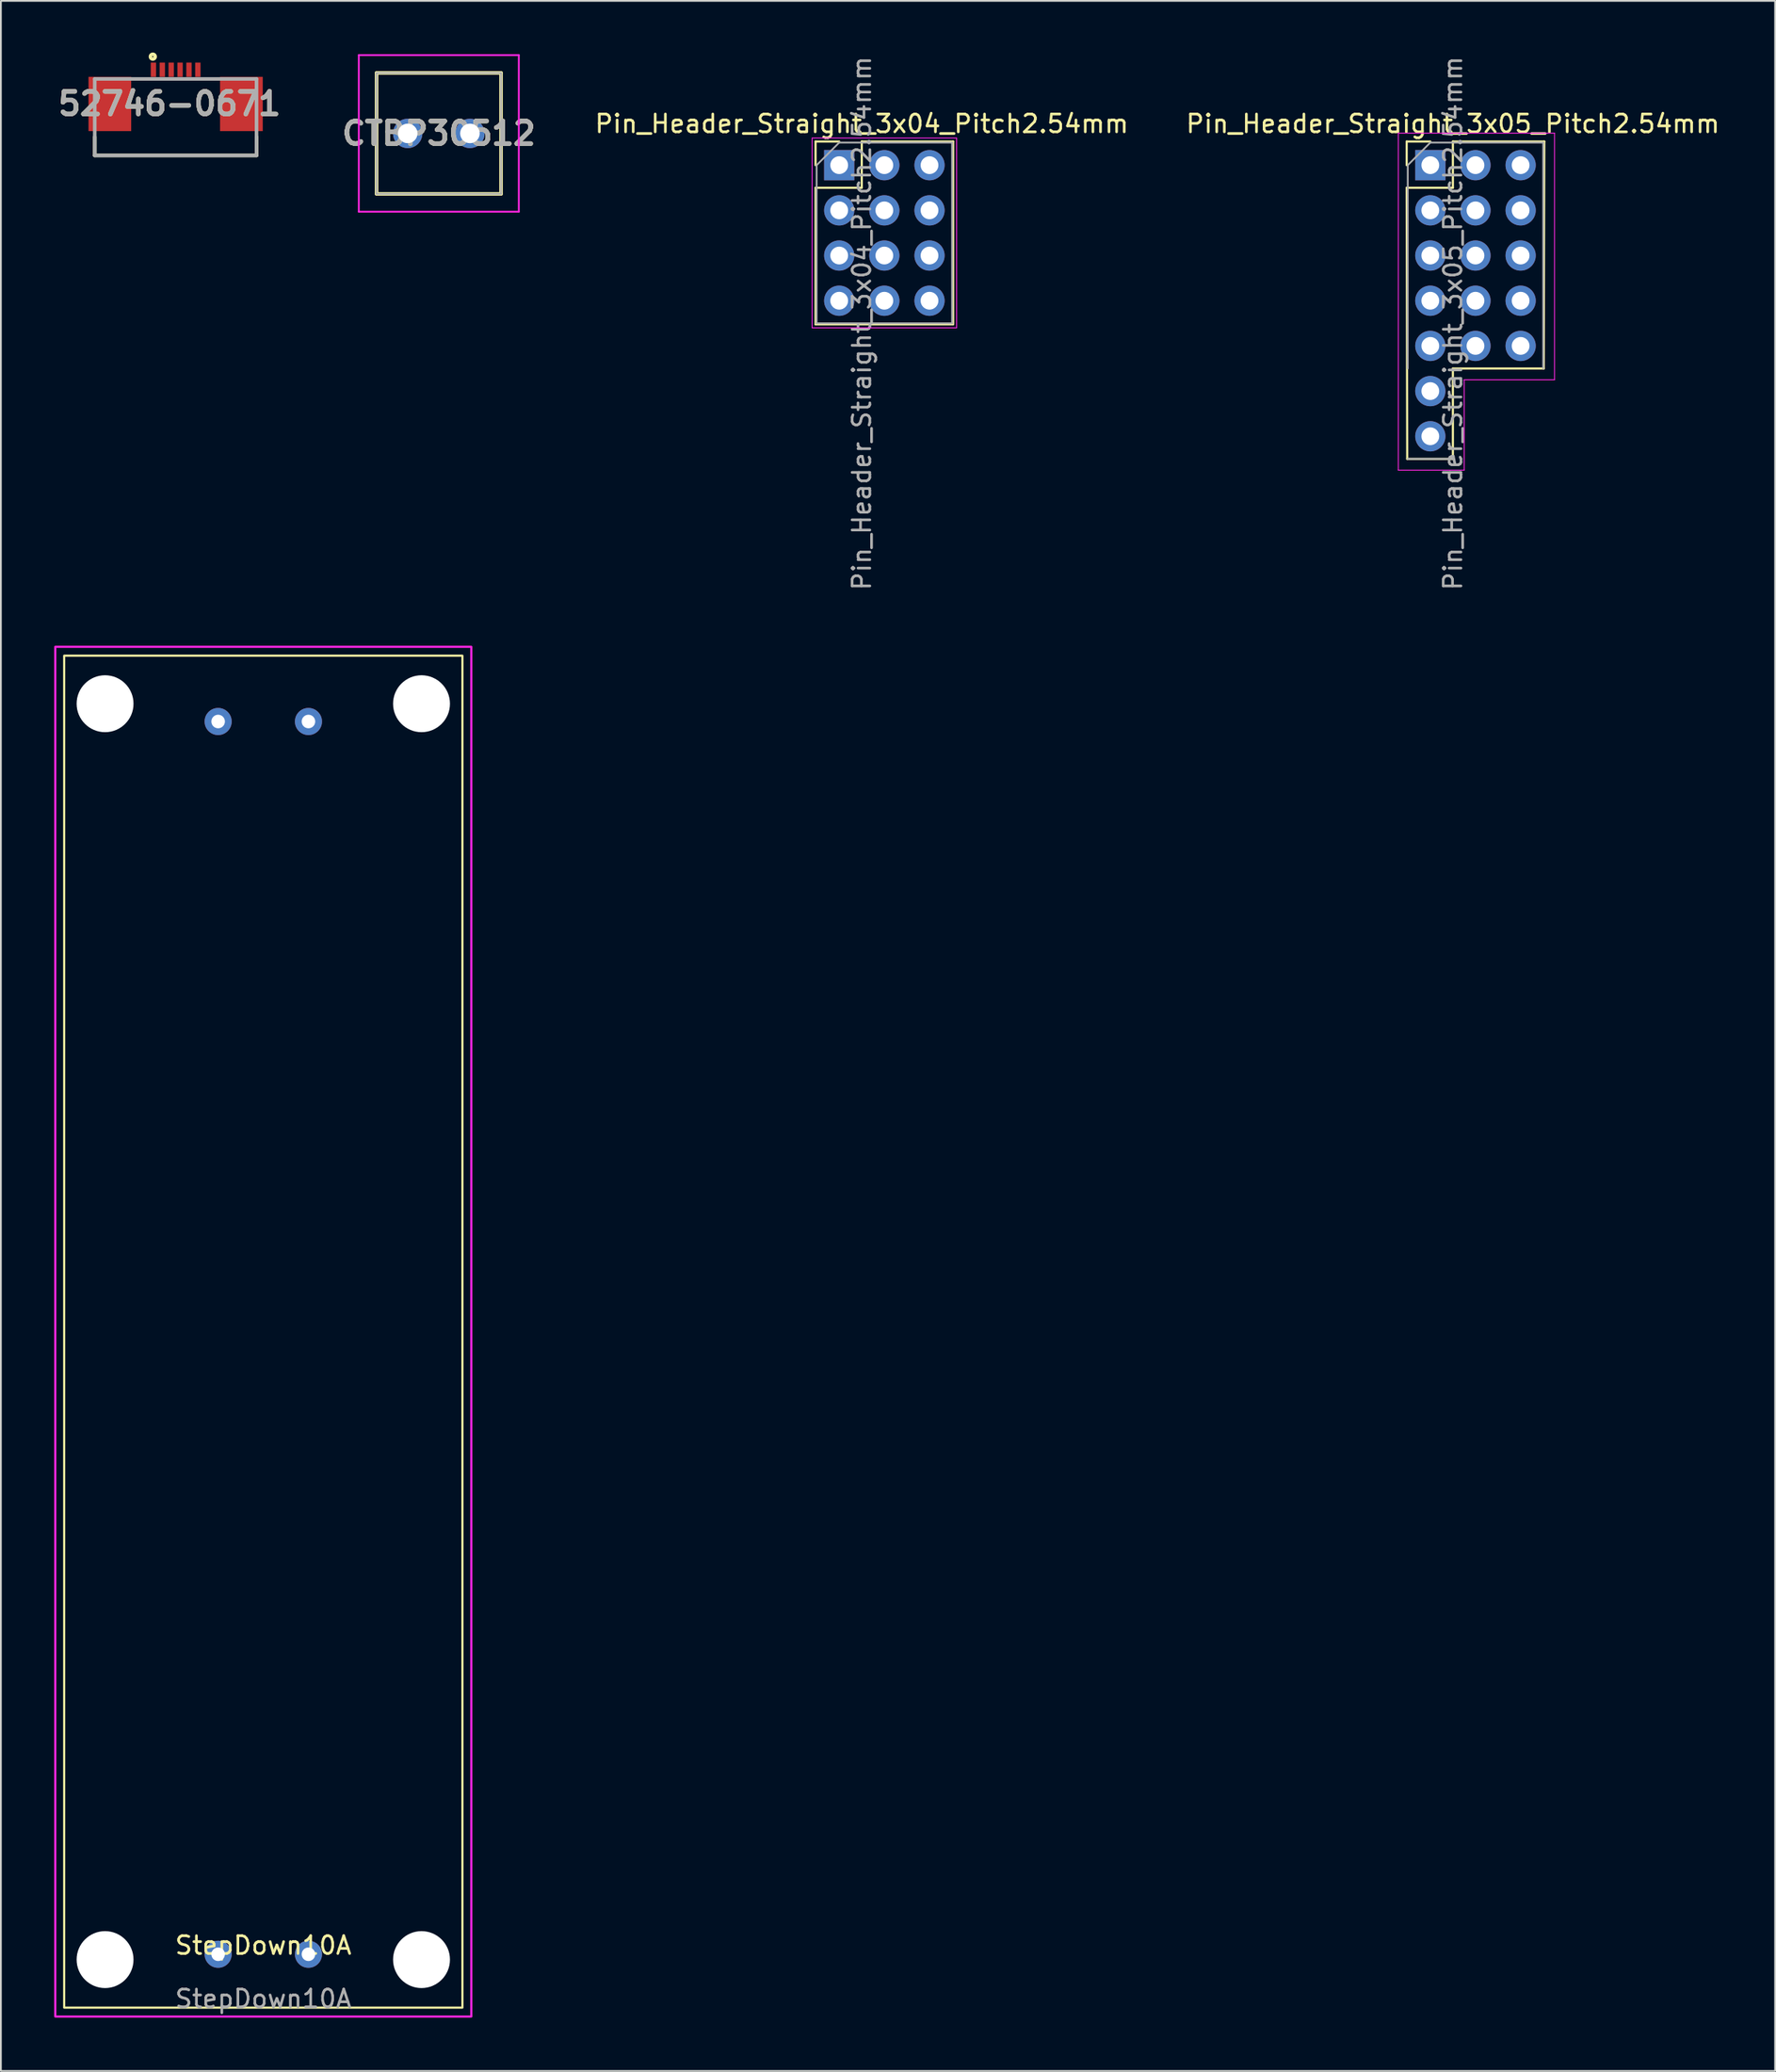
<source format=kicad_pcb>
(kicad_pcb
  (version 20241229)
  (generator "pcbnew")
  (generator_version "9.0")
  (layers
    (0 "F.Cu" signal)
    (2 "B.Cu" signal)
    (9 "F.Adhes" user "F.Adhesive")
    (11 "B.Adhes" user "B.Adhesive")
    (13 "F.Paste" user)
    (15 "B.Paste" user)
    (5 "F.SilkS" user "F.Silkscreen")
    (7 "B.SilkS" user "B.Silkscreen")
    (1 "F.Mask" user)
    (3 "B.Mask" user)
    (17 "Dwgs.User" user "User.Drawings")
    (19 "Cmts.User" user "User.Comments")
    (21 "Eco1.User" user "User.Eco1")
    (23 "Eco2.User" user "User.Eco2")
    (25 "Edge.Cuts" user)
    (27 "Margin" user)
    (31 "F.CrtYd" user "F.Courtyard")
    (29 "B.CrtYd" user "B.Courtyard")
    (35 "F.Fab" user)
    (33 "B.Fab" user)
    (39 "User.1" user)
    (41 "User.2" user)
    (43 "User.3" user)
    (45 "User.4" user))
  (footprint "StepDown10A"
    (layer "F.Cu")
    (at 11.76 106.81)
    (property "Reference" "StepDown10A" (at 0 -0.5 0) (unlocked yes) (layer "F.SilkS") (effects (font (size 1 1) (thickness 0.15))))
    (attr through_hole)
    (fp_rect (start -11.2 3) (end 11.2 -73) (stroke (width 0.12) (type solid)) (fill no) (layer "F.SilkS"))
    (fp_rect (start -11.7 3.5) (end 11.7 -73.5) (stroke (width 0.12) (type solid)) (fill no) (layer "F.CrtYd"))
    (fp_text user "${REFERENCE}" (at 0 2.5 0) (unlocked yes) (layer "F.Fab") (effects (font (size 1 1) (thickness 0.15))))
    (pad "" np_thru_hole circle (at -8.9 -70.3) (size 3.2 3.2) (drill 3.2) (layers "*.Cu" "*.Mask"))
    (pad "" np_thru_hole circle (at -8.9 0.3) (size 3.2 3.2) (drill 3.2) (layers "*.Cu" "*.Mask"))
    (pad "" np_thru_hole circle (at 8.9 -70.3) (size 3.2 3.2) (drill 3.2) (layers "*.Cu" "*.Mask"))
    (pad "" np_thru_hole circle (at 8.9 0.3) (size 3.2 3.2) (drill 3.2) (layers "*.Cu" "*.Mask"))
    (pad "1" thru_hole circle (at -2.54 0) (size 1.524 1.524) (drill 0.762) (layers "*.Cu" "*.Mask"))
    (pad "2" thru_hole circle (at 2.54 -69.3) (size 1.524 1.524) (drill 0.762) (layers "*.Cu" "*.Mask"))
    (pad "2" thru_hole circle (at 2.54 0) (size 1.524 1.524) (drill 0.762) (layers "*.Cu" "*.Mask"))
    (pad "3" thru_hole circle (at -2.54 -69.3) (size 1.524 1.524) (drill 0.762) (layers "*.Cu" "*.Mask")))
  (footprint "CTBP30512"
    (layer "F.Cu")
    (at 19.883 4.45)
    (property "Reference" "CTBP30512" (at 1.75 0 0) (layer "F.SilkS") (effects (font (size 1.27 1.27) (thickness 0.254))))
    (attr through_hole)
    (fp_line (start -1.75 -3.4) (end -1.75 3.4) (stroke (width 0.2) (type solid)) (layer "F.SilkS"))
    (fp_line (start -1.75 3.4) (end 5.25 3.4) (stroke (width 0.2) (type solid)) (layer "F.SilkS"))
    (fp_line (start 5.25 -3.4) (end -1.75 -3.4) (stroke (width 0.2) (type solid)) (layer "F.SilkS"))
    (fp_line (start 5.25 3.4) (end 5.25 -3.4) (stroke (width 0.2) (type solid)) (layer "F.SilkS"))
    (fp_line (start -2.75 -4.4) (end 6.25 -4.4) (stroke (width 0.1) (type solid)) (layer "F.CrtYd"))
    (fp_line (start -2.75 4.4) (end -2.75 -4.4) (stroke (width 0.1) (type solid)) (layer "F.CrtYd"))
    (fp_line (start 6.25 -4.4) (end 6.25 4.4) (stroke (width 0.1) (type solid)) (layer "F.CrtYd"))
    (fp_line (start 6.25 4.4) (end -2.75 4.4) (stroke (width 0.1) (type solid)) (layer "F.CrtYd"))
    (fp_line (start -1.75 -3.4) (end -1.75 3.4) (stroke (width 0.1) (type solid)) (layer "F.Fab"))
    (fp_line (start -1.75 3.4) (end 5.25 3.4) (stroke (width 0.1) (type solid)) (layer "F.Fab"))
    (fp_line (start 5.25 -3.4) (end -1.75 -3.4) (stroke (width 0.1) (type solid)) (layer "F.Fab"))
    (fp_line (start 5.25 3.4) (end 5.25 -3.4) (stroke (width 0.1) (type solid)) (layer "F.Fab"))
    (fp_text user "${REFERENCE}" (at 1.75 0 0) (layer "F.Fab") (effects (font (size 1.27 1.27) (thickness 0.254))))
    (pad "1" thru_hole circle (at 0 0) (size 1.65 1.65) (drill 1.1) (layers "*.Cu" "*.Mask"))
    (pad "2" thru_hole circle (at 3.5 0) (size 1.65 1.65) (drill 1.1) (layers "*.Cu" "*.Mask")))
  (footprint "Pin_Header_Straight_3x04_Pitch2.54mm"
    (layer "F.Cu")
    (at 44.154 6.235)
    (property "Reference" "Pin_Header_Straight_3x04_Pitch2.54mm" (at 1.27 -2.33 0) (layer "F.SilkS") (effects (font (size 1 1) (thickness 0.15))))
    (attr through_hole)
    (fp_line (start -1.33 -1.33) (end 0 -1.33) (stroke (width 0.12) (type solid)) (layer "F.SilkS"))
    (fp_line (start -1.33 0) (end -1.33 -1.33) (stroke (width 0.12) (type solid)) (layer "F.SilkS"))
    (fp_line (start -1.33 1.27) (end -1.33 8.95) (stroke (width 0.12) (type solid)) (layer "F.SilkS"))
    (fp_line (start -1.33 1.27) (end 1.27 1.27) (stroke (width 0.12) (type solid)) (layer "F.SilkS"))
    (fp_line (start -1.33 8.95) (end 6.39 8.95) (stroke (width 0.12) (type solid)) (layer "F.SilkS"))
    (fp_line (start 1.27 -1.33) (end 6.41 -1.33) (stroke (width 0.12) (type solid)) (layer "F.SilkS"))
    (fp_line (start 1.27 1.27) (end 1.27 -1.33) (stroke (width 0.12) (type solid)) (layer "F.SilkS"))
    (fp_line (start 6.41 -1.33) (end 6.41 8.95) (stroke (width 0.12) (type solid)) (layer "F.SilkS"))
    (fp_line (start -1.524 -1.524) (end 6.604 -1.524) (stroke (width 0.05) (type solid)) (layer "F.CrtYd"))
    (fp_line (start -1.524 9.144) (end -1.524 -1.524) (stroke (width 0.05) (type solid)) (layer "F.CrtYd"))
    (fp_line (start 6.604 -1.524) (end 6.604 9.144) (stroke (width 0.05) (type solid)) (layer "F.CrtYd"))
    (fp_line (start 6.604 9.144) (end -1.524 9.144) (stroke (width 0.05) (type solid)) (layer "F.CrtYd"))
    (fp_line (start -1.27 0) (end 0 -1.27) (stroke (width 0.1) (type solid)) (layer "F.Fab"))
    (fp_line (start -1.27 8.88) (end -1.27 0) (stroke (width 0.1) (type solid)) (layer "F.Fab"))
    (fp_line (start 0 -1.27) (end 6.35 -1.27) (stroke (width 0.1) (type solid)) (layer "F.Fab"))
    (fp_line (start 6.35 -1.27) (end 6.35 8.88) (stroke (width 0.1) (type solid)) (layer "F.Fab"))
    (fp_line (start 6.35 8.89) (end -1.27 8.89) (stroke (width 0.1) (type solid)) (layer "F.Fab"))
    (fp_text user "${REFERENCE}" (at 1.27 8.89 90) (layer "F.Fab") (effects (font (size 1 1) (thickness 0.15))))
    (pad "1" thru_hole rect (at 0 0) (size 1.7 1.7) (drill 1) (layers "*.Cu" "*.Mask"))
    (pad "2" thru_hole oval (at 2.54 0) (size 1.7 1.7) (drill 1) (layers "*.Cu" "*.Mask"))
    (pad "3" thru_hole oval (at 5.08 0) (size 1.7 1.7) (drill 1) (layers "*.Cu" "*.Mask"))
    (pad "4" thru_hole oval (at 0 2.54) (size 1.7 1.7) (drill 1) (layers "*.Cu" "*.Mask"))
    (pad "5" thru_hole oval (at 2.54 2.54) (size 1.7 1.7) (drill 1) (layers "*.Cu" "*.Mask"))
    (pad "6" thru_hole oval (at 5.08 2.54) (size 1.7 1.7) (drill 1) (layers "*.Cu" "*.Mask"))
    (pad "7" thru_hole oval (at 0 5.08) (size 1.7 1.7) (drill 1) (layers "*.Cu" "*.Mask"))
    (pad "8" thru_hole oval (at 2.54 5.08) (size 1.7 1.7) (drill 1) (layers "*.Cu" "*.Mask"))
    (pad "9" thru_hole oval (at 5.08 5.08) (size 1.7 1.7) (drill 1) (layers "*.Cu" "*.Mask"))
    (pad "10" thru_hole oval (at 0 7.62) (size 1.7 1.7) (drill 1) (layers "*.Cu" "*.Mask"))
    (pad "11" thru_hole oval (at 2.54 7.62) (size 1.7 1.7) (drill 1) (layers "*.Cu" "*.Mask"))
    (pad "12" thru_hole oval (at 5.08 7.62) (size 1.7 1.7) (drill 1) (layers "*.Cu" "*.Mask")))
  (footprint "52746-0671"
    (layer "F.Cu")
    (at 6.829 1.389)
    (property "Reference" "52746-0671" (at -0.346 1.394 0) (layer "F.SilkS") (effects (font (size 1.27 1.27) (thickness 0.254))))
    (attr smd)
    (fp_line (start -4.55 4.3) (end -4.55 3.254) (stroke (width 0.2) (type solid)) (layer "F.SilkS"))
    (fp_line (start -4.55 4.3) (end 4.55 4.3) (stroke (width 0.2) (type solid)) (layer "F.SilkS"))
    (fp_line (start 4.55 4.3) (end 4.55 3.254) (stroke (width 0.2) (type solid)) (layer "F.SilkS"))
    (fp_circle (center -1.284 -1.255) (end -1.284 -1.221) (stroke (width 0.2) (type solid)) (fill no) (layer "F.SilkS"))
    (fp_line (start -4.55 0) (end 4.55 0) (stroke (width 0.2) (type solid)) (layer "F.Fab"))
    (fp_line (start -4.55 4.3) (end -4.55 0) (stroke (width 0.2) (type solid)) (layer "F.Fab"))
    (fp_line (start 4.55 0) (end 4.55 4.3) (stroke (width 0.2) (type solid)) (layer "F.Fab"))
    (fp_line (start 4.55 4.3) (end -4.55 4.3) (stroke (width 0.2) (type solid)) (layer "F.Fab"))
    (fp_text user "${REFERENCE}" (at -0.346 1.394 0) (layer "F.Fab") (effects (font (size 1.27 1.27) (thickness 0.254))))
    (pad "1" smd rect (at -1.25 -0.52) (size 0.3 0.8) (layers "F.Cu" "F.Mask" "F.Paste"))
    (pad "2" smd rect (at -0.75 -0.52) (size 0.3 0.8) (layers "F.Cu" "F.Mask" "F.Paste"))
    (pad "3" smd rect (at -0.25 -0.52) (size 0.3 0.8) (layers "F.Cu" "F.Mask" "F.Paste"))
    (pad "4" smd rect (at 0.25 -0.52) (size 0.3 0.8) (layers "F.Cu" "F.Mask" "F.Paste"))
    (pad "5" smd rect (at 0.75 -0.52) (size 0.3 0.8) (layers "F.Cu" "F.Mask" "F.Paste"))
    (pad "6" smd rect (at 1.25 -0.52) (size 0.3 0.8) (layers "F.Cu" "F.Mask" "F.Paste"))
    (pad "7" smd rect (at -3.7 1.405) (size 2.4 3.05) (layers "F.Cu" "F.Mask" "F.Paste"))
    (pad "8" smd rect (at 3.7 1.405) (size 2.4 3.05) (layers "F.Cu" "F.Mask" "F.Paste")))
  (footprint "Pin_Header_Straight_3x05_Pitch2.54mm"
    (layer "F.Cu")
    (at 77.404 6.235)
    (property "Reference" "Pin_Header_Straight_3x05_Pitch2.54mm" (at 1.27 -2.33 0) (layer "F.SilkS") (effects (font (size 1 1) (thickness 0.15))))
    (attr through_hole)
    (fp_line (start -1.33 -1.33) (end 0 -1.33) (stroke (width 0.12) (type solid)) (layer "F.SilkS"))
    (fp_line (start -1.33 0) (end -1.33 -1.33) (stroke (width 0.12) (type solid)) (layer "F.SilkS"))
    (fp_line (start -1.33 1.27) (end -1.3 16.51) (stroke (width 0.12) (type solid)) (layer "F.SilkS"))
    (fp_line (start -1.33 1.27) (end 1.27 1.27) (stroke (width 0.12) (type solid)) (layer "F.SilkS"))
    (fp_line (start -1.3 16.51) (end 1.27 16.51) (stroke (width 0.12) (type solid)) (layer "F.SilkS"))
    (fp_line (start 1.27 -1.33) (end 6.41 -1.33) (stroke (width 0.12) (type solid)) (layer "F.SilkS"))
    (fp_line (start 1.27 1.27) (end 1.27 -1.33) (stroke (width 0.12) (type solid)) (layer "F.SilkS"))
    (fp_line (start 1.27 11.43) (end 1.27 16.51) (stroke (width 0.12) (type solid)) (layer "F.SilkS"))
    (fp_line (start 1.27 11.43) (end 6.38 11.43) (stroke (width 0.12) (type solid)) (layer "F.SilkS"))
    (fp_line (start 6.41 -1.33) (end 6.38 11.43) (stroke (width 0.12) (type solid)) (layer "F.SilkS"))
    (fp_line (start -1.8 -1.8) (end -1.8 17.145) (stroke (width 0.05) (type solid)) (layer "F.CrtYd"))
    (fp_line (start -1.8 17.145) (end 1.905 17.145) (stroke (width 0.05) (type solid)) (layer "F.CrtYd"))
    (fp_line (start 1.905 12.065) (end 6.985 12.065) (stroke (width 0.05) (type solid)) (layer "F.CrtYd"))
    (fp_line (start 1.905 17.145) (end 1.905 12.065) (stroke (width 0.05) (type solid)) (layer "F.CrtYd"))
    (fp_line (start 6.985 -1.8) (end -1.8 -1.8) (stroke (width 0.05) (type solid)) (layer "F.CrtYd"))
    (fp_line (start 6.985 12.065) (end 6.985 -1.8) (stroke (width 0.05) (type solid)) (layer "F.CrtYd"))
    (fp_line (start -1.27 0) (end 0 -1.27) (stroke (width 0.1) (type solid)) (layer "F.Fab"))
    (fp_line (start -1.27 11.43) (end -1.27 0) (stroke (width 0.1) (type solid)) (layer "F.Fab"))
    (fp_line (start 0 -1.27) (end 6.35 -1.27) (stroke (width 0.1) (type solid)) (layer "F.Fab"))
    (fp_line (start 1.27 16.51) (end -1.27 16.51) (stroke (width 0.1) (type solid)) (layer "F.Fab"))
    (fp_line (start 6.35 -1.27) (end 6.35 11.43) (stroke (width 0.1) (type solid)) (layer "F.Fab"))
    (fp_text user "${REFERENCE}" (at 1.27 8.89 90) (layer "F.Fab") (effects (font (size 1 1) (thickness 0.15))))
    (pad "1" thru_hole rect (at 0 0) (size 1.7 1.7) (drill 1) (layers "*.Cu" "*.Mask"))
    (pad "2" thru_hole oval (at 2.54 0) (size 1.7 1.7) (drill 1) (layers "*.Cu" "*.Mask"))
    (pad "3" thru_hole oval (at 5.08 0) (size 1.7 1.7) (drill 1) (layers "*.Cu" "*.Mask"))
    (pad "4" thru_hole oval (at 0 2.54) (size 1.7 1.7) (drill 1) (layers "*.Cu" "*.Mask"))
    (pad "5" thru_hole oval (at 2.54 2.54) (size 1.7 1.7) (drill 1) (layers "*.Cu" "*.Mask"))
    (pad "6" thru_hole oval (at 5.08 2.54) (size 1.7 1.7) (drill 1) (layers "*.Cu" "*.Mask"))
    (pad "7" thru_hole oval (at 0 5.08) (size 1.7 1.7) (drill 1) (layers "*.Cu" "*.Mask"))
    (pad "8" thru_hole oval (at 2.54 5.08) (size 1.7 1.7) (drill 1) (layers "*.Cu" "*.Mask"))
    (pad "9" thru_hole oval (at 5.08 5.08) (size 1.7 1.7) (drill 1) (layers "*.Cu" "*.Mask"))
    (pad "10" thru_hole oval (at 0 7.62) (size 1.7 1.7) (drill 1) (layers "*.Cu" "*.Mask"))
    (pad "11" thru_hole oval (at 2.54 7.62) (size 1.7 1.7) (drill 1) (layers "*.Cu" "*.Mask"))
    (pad "12" thru_hole oval (at 5.08 7.62) (size 1.7 1.7) (drill 1) (layers "*.Cu" "*.Mask"))
    (pad "13" thru_hole oval (at 0 10.16) (size 1.7 1.7) (drill 1) (layers "*.Cu" "*.Mask"))
    (pad "14" thru_hole oval (at 2.54 10.16) (size 1.7 1.7) (drill 1) (layers "*.Cu" "*.Mask"))
    (pad "15" thru_hole oval (at 5.08 10.16) (size 1.7 1.7) (drill 1) (layers "*.Cu" "*.Mask"))
    (pad "16" thru_hole oval (at 0 12.7) (size 1.7 1.7) (drill 1) (layers "*.Cu" "*.Mask"))
    (pad "17" thru_hole oval (at 0 15.24) (size 1.7 1.7) (drill 1) (layers "*.Cu" "*.Mask")))
  (gr_rect
    (start -3 -3)
    (end 96.799 113.37)
    (stroke (width 0.1) (type default))
    (fill no)
    (layer "Edge.Cuts")))
</source>
